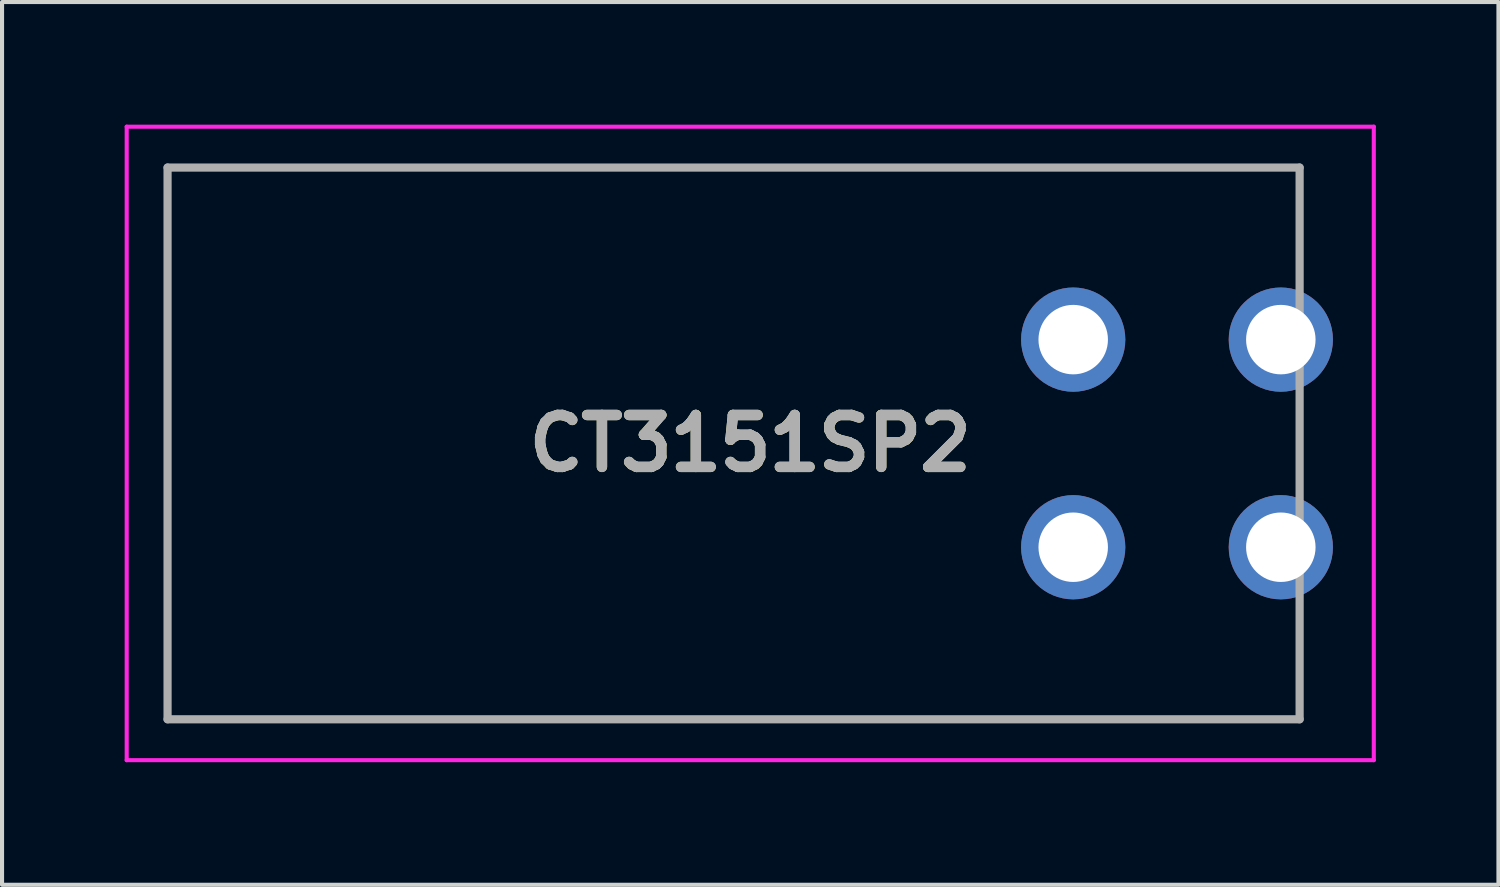
<source format=kicad_pcb>
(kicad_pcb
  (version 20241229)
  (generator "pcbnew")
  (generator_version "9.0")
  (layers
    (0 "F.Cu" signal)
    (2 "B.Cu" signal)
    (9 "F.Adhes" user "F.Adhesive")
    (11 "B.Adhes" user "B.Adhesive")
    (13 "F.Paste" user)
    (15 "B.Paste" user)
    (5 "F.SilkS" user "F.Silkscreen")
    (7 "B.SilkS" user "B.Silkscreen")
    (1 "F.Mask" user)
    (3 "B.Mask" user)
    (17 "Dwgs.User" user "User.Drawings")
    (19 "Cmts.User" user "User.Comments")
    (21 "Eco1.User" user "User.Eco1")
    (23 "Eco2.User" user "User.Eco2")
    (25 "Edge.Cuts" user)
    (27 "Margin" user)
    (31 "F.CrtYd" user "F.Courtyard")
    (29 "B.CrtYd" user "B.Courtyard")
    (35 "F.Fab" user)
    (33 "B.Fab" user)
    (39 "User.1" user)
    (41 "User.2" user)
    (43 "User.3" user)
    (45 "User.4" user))
  (footprint "CT3151SP2"
    (layer "F.Cu")
    (at 23.21 10.34)
    (property "Reference" "CT3151SP2" (at -7.903 -2.54 0) (layer "F.SilkS") (effects (font (size 1.27 1.27) (thickness 0.254))))
    (attr through_hole)
    (fp_line (start -22.16 -9.29) (end -22.16 4.21) (stroke (width 0.1) (type solid)) (layer "F.SilkS"))
    (fp_line (start -22.16 4.21) (end 5.54 4.21) (stroke (width 0.1) (type solid)) (layer "F.SilkS"))
    (fp_line (start 5.54 -9.29) (end -22.16 -9.29) (stroke (width 0.1) (type solid)) (layer "F.SilkS"))
    (fp_line (start 5.54 -7.04) (end 5.54 -9.29) (stroke (width 0.1) (type solid)) (layer "F.SilkS"))
    (fp_line (start 5.54 4.21) (end 5.54 1.96) (stroke (width 0.1) (type solid)) (layer "F.SilkS"))
    (fp_line (start -23.16 -10.29) (end 7.355 -10.29) (stroke (width 0.1) (type solid)) (layer "F.CrtYd"))
    (fp_line (start -23.16 5.21) (end -23.16 -10.29) (stroke (width 0.1) (type solid)) (layer "F.CrtYd"))
    (fp_line (start 7.355 -10.29) (end 7.355 5.21) (stroke (width 0.1) (type solid)) (layer "F.CrtYd"))
    (fp_line (start 7.355 5.21) (end -23.16 5.21) (stroke (width 0.1) (type solid)) (layer "F.CrtYd"))
    (fp_line (start -22.16 -9.29) (end 5.54 -9.29) (stroke (width 0.2) (type solid)) (layer "F.Fab"))
    (fp_line (start -22.16 4.21) (end -22.16 -9.29) (stroke (width 0.2) (type solid)) (layer "F.Fab"))
    (fp_line (start 5.54 -9.29) (end 5.54 4.21) (stroke (width 0.2) (type solid)) (layer "F.Fab"))
    (fp_line (start 5.54 4.21) (end -22.16 4.21) (stroke (width 0.2) (type solid)) (layer "F.Fab"))
    (fp_text user "${REFERENCE}" (at -7.903 -2.54 0) (layer "F.Fab") (effects (font (size 1.27 1.27) (thickness 0.254))))
    (pad "1" thru_hole circle (at 0 0) (size 2.55 2.55) (drill 1.7) (layers "*.Cu" "*.Mask"))
    (pad "2" thru_hole circle (at 5.08 0) (size 2.55 2.55) (drill 1.7) (layers "*.Cu" "*.Mask"))
    (pad "3" thru_hole circle (at 5.08 -5.08) (size 2.55 2.55) (drill 1.7) (layers "*.Cu" "*.Mask"))
    (pad "4" thru_hole circle (at 0 -5.08) (size 2.55 2.55) (drill 1.7) (layers "*.Cu" "*.Mask")))
  (gr_rect
    (start -3 -3)
    (end 33.615 18.6)
    (stroke (width 0.1) (type default))
    (fill no)
    (layer "Edge.Cuts")))
</source>
